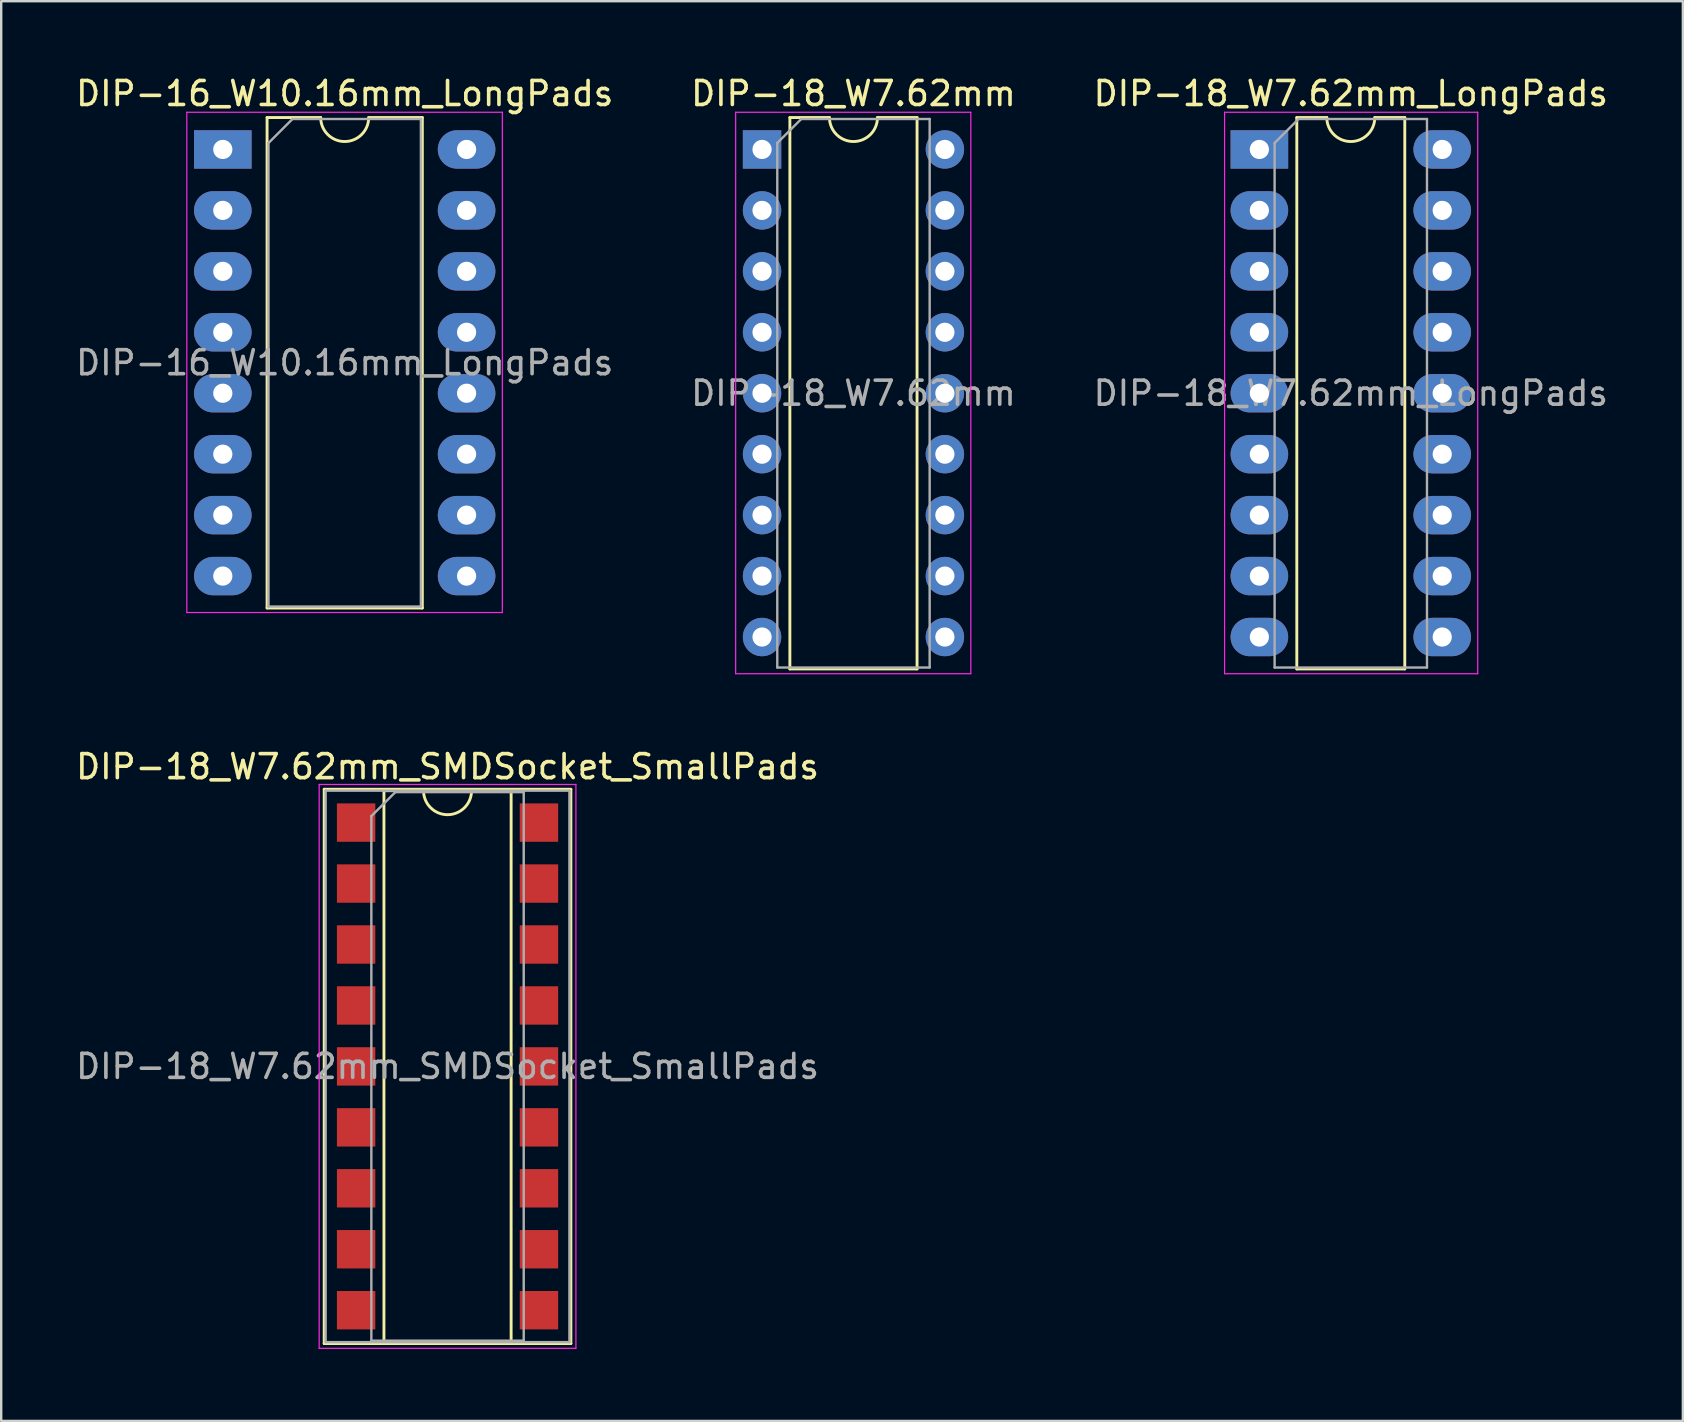
<source format=kicad_pcb>
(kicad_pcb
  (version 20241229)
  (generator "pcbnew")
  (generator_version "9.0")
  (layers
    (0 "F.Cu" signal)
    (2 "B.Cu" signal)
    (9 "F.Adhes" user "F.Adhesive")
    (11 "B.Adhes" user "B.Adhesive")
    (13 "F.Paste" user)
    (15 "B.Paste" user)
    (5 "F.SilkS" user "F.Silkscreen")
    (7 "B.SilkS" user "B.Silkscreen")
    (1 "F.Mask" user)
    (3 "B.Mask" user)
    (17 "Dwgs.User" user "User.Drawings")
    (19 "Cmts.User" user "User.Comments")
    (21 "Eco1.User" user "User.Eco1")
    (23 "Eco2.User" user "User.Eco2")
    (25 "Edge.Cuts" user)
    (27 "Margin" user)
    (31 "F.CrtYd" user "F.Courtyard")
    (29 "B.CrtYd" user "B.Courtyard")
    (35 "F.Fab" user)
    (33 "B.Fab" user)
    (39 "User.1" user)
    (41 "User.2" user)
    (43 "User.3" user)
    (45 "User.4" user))
  (footprint "DIP-18_W7.62mm"
    (layer "F.Cu")
    (at 28.708 3.178)
    (property "Reference" "DIP-18_W7.62mm" (at 3.81 -2.33 0) (layer "F.SilkS") (effects (font (size 1 1) (thickness 0.15))))
    (attr through_hole)
    (fp_line (start 1.16 -1.33) (end 1.16 21.65) (stroke (width 0.12) (type solid)) (layer "F.SilkS"))
    (fp_line (start 1.16 21.65) (end 6.46 21.65) (stroke (width 0.12) (type solid)) (layer "F.SilkS"))
    (fp_line (start 2.81 -1.33) (end 1.16 -1.33) (stroke (width 0.12) (type solid)) (layer "F.SilkS"))
    (fp_line (start 6.46 -1.33) (end 4.81 -1.33) (stroke (width 0.12) (type solid)) (layer "F.SilkS"))
    (fp_line (start 6.46 21.65) (end 6.46 -1.33) (stroke (width 0.12) (type solid)) (layer "F.SilkS"))
    (fp_arc (start 4.81 -1.33) (mid 3.81 -0.33) (end 2.81 -1.33) (stroke (width 0.12) (type solid)) (layer "F.SilkS"))
    (fp_line (start -1.1 -1.55) (end -1.1 21.85) (stroke (width 0.05) (type solid)) (layer "F.CrtYd"))
    (fp_line (start -1.1 21.85) (end 8.7 21.85) (stroke (width 0.05) (type solid)) (layer "F.CrtYd"))
    (fp_line (start 8.7 -1.55) (end -1.1 -1.55) (stroke (width 0.05) (type solid)) (layer "F.CrtYd"))
    (fp_line (start 8.7 21.85) (end 8.7 -1.55) (stroke (width 0.05) (type solid)) (layer "F.CrtYd"))
    (fp_line (start 0.635 -0.27) (end 1.635 -1.27) (stroke (width 0.1) (type solid)) (layer "F.Fab"))
    (fp_line (start 0.635 21.59) (end 0.635 -0.27) (stroke (width 0.1) (type solid)) (layer "F.Fab"))
    (fp_line (start 1.635 -1.27) (end 6.985 -1.27) (stroke (width 0.1) (type solid)) (layer "F.Fab"))
    (fp_line (start 6.985 -1.27) (end 6.985 21.59) (stroke (width 0.1) (type solid)) (layer "F.Fab"))
    (fp_line (start 6.985 21.59) (end 0.635 21.59) (stroke (width 0.1) (type solid)) (layer "F.Fab"))
    (fp_text user "${REFERENCE}" (at 3.81 10.16 0) (layer "F.Fab") (effects (font (size 1 1) (thickness 0.15))))
    (pad "1" thru_hole rect (at 0 0) (size 1.6 1.6) (drill 0.8) (layers "*.Cu" "*.Mask"))
    (pad "2" thru_hole oval (at 0 2.54) (size 1.6 1.6) (drill 0.8) (layers "*.Cu" "*.Mask"))
    (pad "3" thru_hole oval (at 0 5.08) (size 1.6 1.6) (drill 0.8) (layers "*.Cu" "*.Mask"))
    (pad "4" thru_hole oval (at 0 7.62) (size 1.6 1.6) (drill 0.8) (layers "*.Cu" "*.Mask"))
    (pad "5" thru_hole oval (at 0 10.16) (size 1.6 1.6) (drill 0.8) (layers "*.Cu" "*.Mask"))
    (pad "6" thru_hole oval (at 0 12.7) (size 1.6 1.6) (drill 0.8) (layers "*.Cu" "*.Mask"))
    (pad "7" thru_hole oval (at 0 15.24) (size 1.6 1.6) (drill 0.8) (layers "*.Cu" "*.Mask"))
    (pad "8" thru_hole oval (at 0 17.78) (size 1.6 1.6) (drill 0.8) (layers "*.Cu" "*.Mask"))
    (pad "9" thru_hole oval (at 0 20.32) (size 1.6 1.6) (drill 0.8) (layers "*.Cu" "*.Mask"))
    (pad "10" thru_hole oval (at 7.62 20.32) (size 1.6 1.6) (drill 0.8) (layers "*.Cu" "*.Mask"))
    (pad "11" thru_hole oval (at 7.62 17.78) (size 1.6 1.6) (drill 0.8) (layers "*.Cu" "*.Mask"))
    (pad "12" thru_hole oval (at 7.62 15.24) (size 1.6 1.6) (drill 0.8) (layers "*.Cu" "*.Mask"))
    (pad "13" thru_hole oval (at 7.62 12.7) (size 1.6 1.6) (drill 0.8) (layers "*.Cu" "*.Mask"))
    (pad "14" thru_hole oval (at 7.62 10.16) (size 1.6 1.6) (drill 0.8) (layers "*.Cu" "*.Mask"))
    (pad "15" thru_hole oval (at 7.62 7.62) (size 1.6 1.6) (drill 0.8) (layers "*.Cu" "*.Mask"))
    (pad "16" thru_hole oval (at 7.62 5.08) (size 1.6 1.6) (drill 0.8) (layers "*.Cu" "*.Mask"))
    (pad "17" thru_hole oval (at 7.62 2.54) (size 1.6 1.6) (drill 0.8) (layers "*.Cu" "*.Mask"))
    (pad "18" thru_hole oval (at 7.62 0) (size 1.6 1.6) (drill 0.8) (layers "*.Cu" "*.Mask")))
  (footprint "DIP-18_W7.62mm_LongPads"
    (layer "F.Cu")
    (at 49.434 3.178)
    (property "Reference" "DIP-18_W7.62mm_LongPads" (at 3.81 -2.33 0) (layer "F.SilkS") (effects (font (size 1 1) (thickness 0.15))))
    (attr through_hole)
    (fp_line (start 1.56 -1.33) (end 1.56 21.65) (stroke (width 0.12) (type solid)) (layer "F.SilkS"))
    (fp_line (start 1.56 21.65) (end 6.06 21.65) (stroke (width 0.12) (type solid)) (layer "F.SilkS"))
    (fp_line (start 2.81 -1.33) (end 1.56 -1.33) (stroke (width 0.12) (type solid)) (layer "F.SilkS"))
    (fp_line (start 6.06 -1.33) (end 4.81 -1.33) (stroke (width 0.12) (type solid)) (layer "F.SilkS"))
    (fp_line (start 6.06 21.65) (end 6.06 -1.33) (stroke (width 0.12) (type solid)) (layer "F.SilkS"))
    (fp_arc (start 4.81 -1.33) (mid 3.81 -0.33) (end 2.81 -1.33) (stroke (width 0.12) (type solid)) (layer "F.SilkS"))
    (fp_line (start -1.45 -1.55) (end -1.45 21.85) (stroke (width 0.05) (type solid)) (layer "F.CrtYd"))
    (fp_line (start -1.45 21.85) (end 9.1 21.85) (stroke (width 0.05) (type solid)) (layer "F.CrtYd"))
    (fp_line (start 9.1 -1.55) (end -1.45 -1.55) (stroke (width 0.05) (type solid)) (layer "F.CrtYd"))
    (fp_line (start 9.1 21.85) (end 9.1 -1.55) (stroke (width 0.05) (type solid)) (layer "F.CrtYd"))
    (fp_line (start 0.635 -0.27) (end 1.635 -1.27) (stroke (width 0.1) (type solid)) (layer "F.Fab"))
    (fp_line (start 0.635 21.59) (end 0.635 -0.27) (stroke (width 0.1) (type solid)) (layer "F.Fab"))
    (fp_line (start 1.635 -1.27) (end 6.985 -1.27) (stroke (width 0.1) (type solid)) (layer "F.Fab"))
    (fp_line (start 6.985 -1.27) (end 6.985 21.59) (stroke (width 0.1) (type solid)) (layer "F.Fab"))
    (fp_line (start 6.985 21.59) (end 0.635 21.59) (stroke (width 0.1) (type solid)) (layer "F.Fab"))
    (fp_text user "${REFERENCE}" (at 3.81 10.16 0) (layer "F.Fab") (effects (font (size 1 1) (thickness 0.15))))
    (pad "1" thru_hole rect (at 0 0) (size 2.4 1.6) (drill 0.8) (layers "*.Cu" "*.Mask"))
    (pad "2" thru_hole oval (at 0 2.54) (size 2.4 1.6) (drill 0.8) (layers "*.Cu" "*.Mask"))
    (pad "3" thru_hole oval (at 0 5.08) (size 2.4 1.6) (drill 0.8) (layers "*.Cu" "*.Mask"))
    (pad "4" thru_hole oval (at 0 7.62) (size 2.4 1.6) (drill 0.8) (layers "*.Cu" "*.Mask"))
    (pad "5" thru_hole oval (at 0 10.16) (size 2.4 1.6) (drill 0.8) (layers "*.Cu" "*.Mask"))
    (pad "6" thru_hole oval (at 0 12.7) (size 2.4 1.6) (drill 0.8) (layers "*.Cu" "*.Mask"))
    (pad "7" thru_hole oval (at 0 15.24) (size 2.4 1.6) (drill 0.8) (layers "*.Cu" "*.Mask"))
    (pad "8" thru_hole oval (at 0 17.78) (size 2.4 1.6) (drill 0.8) (layers "*.Cu" "*.Mask"))
    (pad "9" thru_hole oval (at 0 20.32) (size 2.4 1.6) (drill 0.8) (layers "*.Cu" "*.Mask"))
    (pad "10" thru_hole oval (at 7.62 20.32) (size 2.4 1.6) (drill 0.8) (layers "*.Cu" "*.Mask"))
    (pad "11" thru_hole oval (at 7.62 17.78) (size 2.4 1.6) (drill 0.8) (layers "*.Cu" "*.Mask"))
    (pad "12" thru_hole oval (at 7.62 15.24) (size 2.4 1.6) (drill 0.8) (layers "*.Cu" "*.Mask"))
    (pad "13" thru_hole oval (at 7.62 12.7) (size 2.4 1.6) (drill 0.8) (layers "*.Cu" "*.Mask"))
    (pad "14" thru_hole oval (at 7.62 10.16) (size 2.4 1.6) (drill 0.8) (layers "*.Cu" "*.Mask"))
    (pad "15" thru_hole oval (at 7.62 7.62) (size 2.4 1.6) (drill 0.8) (layers "*.Cu" "*.Mask"))
    (pad "16" thru_hole oval (at 7.62 5.08) (size 2.4 1.6) (drill 0.8) (layers "*.Cu" "*.Mask"))
    (pad "17" thru_hole oval (at 7.62 2.54) (size 2.4 1.6) (drill 0.8) (layers "*.Cu" "*.Mask"))
    (pad "18" thru_hole oval (at 7.62 0) (size 2.4 1.6) (drill 0.8) (layers "*.Cu" "*.Mask")))
  (footprint "DIP-18_W7.62mm_SMDSocket_SmallPads"
    (layer "F.Cu")
    (at 15.601 41.392)
    (property "Reference" "DIP-18_W7.62mm_SMDSocket_SmallPads" (at 0 -12.49 0) (layer "F.SilkS") (effects (font (size 1 1) (thickness 0.15))))
    (attr smd)
    (fp_line (start -5.14 -11.55) (end -5.14 11.55) (stroke (width 0.12) (type solid)) (layer "F.SilkS"))
    (fp_line (start -5.14 11.55) (end 5.14 11.55) (stroke (width 0.12) (type solid)) (layer "F.SilkS"))
    (fp_line (start -2.65 -11.49) (end -2.65 11.49) (stroke (width 0.12) (type solid)) (layer "F.SilkS"))
    (fp_line (start -2.65 11.49) (end 2.65 11.49) (stroke (width 0.12) (type solid)) (layer "F.SilkS"))
    (fp_line (start -1 -11.49) (end -2.65 -11.49) (stroke (width 0.12) (type solid)) (layer "F.SilkS"))
    (fp_line (start 2.65 -11.49) (end 1 -11.49) (stroke (width 0.12) (type solid)) (layer "F.SilkS"))
    (fp_line (start 2.65 11.49) (end 2.65 -11.49) (stroke (width 0.12) (type solid)) (layer "F.SilkS"))
    (fp_line (start 5.14 -11.55) (end -5.14 -11.55) (stroke (width 0.12) (type solid)) (layer "F.SilkS"))
    (fp_line (start 5.14 11.55) (end 5.14 -11.55) (stroke (width 0.12) (type solid)) (layer "F.SilkS"))
    (fp_arc (start 1 -11.49) (mid 0 -10.49) (end -1 -11.49) (stroke (width 0.12) (type solid)) (layer "F.SilkS"))
    (fp_line (start -5.35 -11.75) (end -5.35 11.75) (stroke (width 0.05) (type solid)) (layer "F.CrtYd"))
    (fp_line (start -5.35 11.75) (end 5.35 11.75) (stroke (width 0.05) (type solid)) (layer "F.CrtYd"))
    (fp_line (start 5.35 -11.75) (end -5.35 -11.75) (stroke (width 0.05) (type solid)) (layer "F.CrtYd"))
    (fp_line (start 5.35 11.75) (end 5.35 -11.75) (stroke (width 0.05) (type solid)) (layer "F.CrtYd"))
    (fp_line (start -5.08 -11.49) (end -5.08 11.49) (stroke (width 0.1) (type solid)) (layer "F.Fab"))
    (fp_line (start -5.08 11.49) (end 5.08 11.49) (stroke (width 0.1) (type solid)) (layer "F.Fab"))
    (fp_line (start -3.175 -10.43) (end -2.175 -11.43) (stroke (width 0.1) (type solid)) (layer "F.Fab"))
    (fp_line (start -3.175 11.43) (end -3.175 -10.43) (stroke (width 0.1) (type solid)) (layer "F.Fab"))
    (fp_line (start -2.175 -11.43) (end 3.175 -11.43) (stroke (width 0.1) (type solid)) (layer "F.Fab"))
    (fp_line (start 3.175 -11.43) (end 3.175 11.43) (stroke (width 0.1) (type solid)) (layer "F.Fab"))
    (fp_line (start 3.175 11.43) (end -3.175 11.43) (stroke (width 0.1) (type solid)) (layer "F.Fab"))
    (fp_line (start 5.08 -11.49) (end -5.08 -11.49) (stroke (width 0.1) (type solid)) (layer "F.Fab"))
    (fp_line (start 5.08 11.49) (end 5.08 -11.49) (stroke (width 0.1) (type solid)) (layer "F.Fab"))
    (fp_text user "${REFERENCE}" (at 0 0 0) (layer "F.Fab") (effects (font (size 1 1) (thickness 0.15))))
    (pad "1" smd rect (at -3.81 -10.16) (size 1.6 1.6) (layers "F.Cu" "F.Mask" "F.Paste"))
    (pad "2" smd rect (at -3.81 -7.62) (size 1.6 1.6) (layers "F.Cu" "F.Mask" "F.Paste"))
    (pad "3" smd rect (at -3.81 -5.08) (size 1.6 1.6) (layers "F.Cu" "F.Mask" "F.Paste"))
    (pad "4" smd rect (at -3.81 -2.54) (size 1.6 1.6) (layers "F.Cu" "F.Mask" "F.Paste"))
    (pad "5" smd rect (at -3.81 0) (size 1.6 1.6) (layers "F.Cu" "F.Mask" "F.Paste"))
    (pad "6" smd rect (at -3.81 2.54) (size 1.6 1.6) (layers "F.Cu" "F.Mask" "F.Paste"))
    (pad "7" smd rect (at -3.81 5.08) (size 1.6 1.6) (layers "F.Cu" "F.Mask" "F.Paste"))
    (pad "8" smd rect (at -3.81 7.62) (size 1.6 1.6) (layers "F.Cu" "F.Mask" "F.Paste"))
    (pad "9" smd rect (at -3.81 10.16) (size 1.6 1.6) (layers "F.Cu" "F.Mask" "F.Paste"))
    (pad "10" smd rect (at 3.81 10.16) (size 1.6 1.6) (layers "F.Cu" "F.Mask" "F.Paste"))
    (pad "11" smd rect (at 3.81 7.62) (size 1.6 1.6) (layers "F.Cu" "F.Mask" "F.Paste"))
    (pad "12" smd rect (at 3.81 5.08) (size 1.6 1.6) (layers "F.Cu" "F.Mask" "F.Paste"))
    (pad "13" smd rect (at 3.81 2.54) (size 1.6 1.6) (layers "F.Cu" "F.Mask" "F.Paste"))
    (pad "14" smd rect (at 3.81 0) (size 1.6 1.6) (layers "F.Cu" "F.Mask" "F.Paste"))
    (pad "15" smd rect (at 3.81 -2.54) (size 1.6 1.6) (layers "F.Cu" "F.Mask" "F.Paste"))
    (pad "16" smd rect (at 3.81 -5.08) (size 1.6 1.6) (layers "F.Cu" "F.Mask" "F.Paste"))
    (pad "17" smd rect (at 3.81 -7.62) (size 1.6 1.6) (layers "F.Cu" "F.Mask" "F.Paste"))
    (pad "18" smd rect (at 3.81 -10.16) (size 1.6 1.6) (layers "F.Cu" "F.Mask" "F.Paste")))
  (footprint "DIP-16_W10.16mm_LongPads"
    (layer "F.Cu")
    (at 6.235 3.178)
    (property "Reference" "DIP-16_W10.16mm_LongPads" (at 5.08 -2.33 0) (layer "F.SilkS") (effects (font (size 1 1) (thickness 0.15))))
    (attr through_hole)
    (fp_line (start 1.845 -1.33) (end 1.845 19.11) (stroke (width 0.12) (type solid)) (layer "F.SilkS"))
    (fp_line (start 1.845 19.11) (end 8.315 19.11) (stroke (width 0.12) (type solid)) (layer "F.SilkS"))
    (fp_line (start 4.08 -1.33) (end 1.845 -1.33) (stroke (width 0.12) (type solid)) (layer "F.SilkS"))
    (fp_line (start 8.315 -1.33) (end 6.08 -1.33) (stroke (width 0.12) (type solid)) (layer "F.SilkS"))
    (fp_line (start 8.315 19.11) (end 8.315 -1.33) (stroke (width 0.12) (type solid)) (layer "F.SilkS"))
    (fp_arc (start 6.08 -1.33) (mid 5.08 -0.33) (end 4.08 -1.33) (stroke (width 0.12) (type solid)) (layer "F.SilkS"))
    (fp_line (start -1.5 -1.55) (end -1.5 19.3) (stroke (width 0.05) (type solid)) (layer "F.CrtYd"))
    (fp_line (start -1.5 19.3) (end 11.65 19.3) (stroke (width 0.05) (type solid)) (layer "F.CrtYd"))
    (fp_line (start 11.65 -1.55) (end -1.5 -1.55) (stroke (width 0.05) (type solid)) (layer "F.CrtYd"))
    (fp_line (start 11.65 19.3) (end 11.65 -1.55) (stroke (width 0.05) (type solid)) (layer "F.CrtYd"))
    (fp_line (start 1.905 -0.27) (end 2.905 -1.27) (stroke (width 0.1) (type solid)) (layer "F.Fab"))
    (fp_line (start 1.905 19.05) (end 1.905 -0.27) (stroke (width 0.1) (type solid)) (layer "F.Fab"))
    (fp_line (start 2.905 -1.27) (end 8.255 -1.27) (stroke (width 0.1) (type solid)) (layer "F.Fab"))
    (fp_line (start 8.255 -1.27) (end 8.255 19.05) (stroke (width 0.1) (type solid)) (layer "F.Fab"))
    (fp_line (start 8.255 19.05) (end 1.905 19.05) (stroke (width 0.1) (type solid)) (layer "F.Fab"))
    (fp_text user "${REFERENCE}" (at 5.08 8.89 0) (layer "F.Fab") (effects (font (size 1 1) (thickness 0.15))))
    (pad "1" thru_hole rect (at 0 0) (size 2.4 1.6) (drill 0.8) (layers "*.Cu" "*.Mask"))
    (pad "2" thru_hole oval (at 0 2.54) (size 2.4 1.6) (drill 0.8) (layers "*.Cu" "*.Mask"))
    (pad "3" thru_hole oval (at 0 5.08) (size 2.4 1.6) (drill 0.8) (layers "*.Cu" "*.Mask"))
    (pad "4" thru_hole oval (at 0 7.62) (size 2.4 1.6) (drill 0.8) (layers "*.Cu" "*.Mask"))
    (pad "5" thru_hole oval (at 0 10.16) (size 2.4 1.6) (drill 0.8) (layers "*.Cu" "*.Mask"))
    (pad "6" thru_hole oval (at 0 12.7) (size 2.4 1.6) (drill 0.8) (layers "*.Cu" "*.Mask"))
    (pad "7" thru_hole oval (at 0 15.24) (size 2.4 1.6) (drill 0.8) (layers "*.Cu" "*.Mask"))
    (pad "8" thru_hole oval (at 0 17.78) (size 2.4 1.6) (drill 0.8) (layers "*.Cu" "*.Mask"))
    (pad "9" thru_hole oval (at 10.16 17.78) (size 2.4 1.6) (drill 0.8) (layers "*.Cu" "*.Mask"))
    (pad "10" thru_hole oval (at 10.16 15.24) (size 2.4 1.6) (drill 0.8) (layers "*.Cu" "*.Mask"))
    (pad "11" thru_hole oval (at 10.16 12.7) (size 2.4 1.6) (drill 0.8) (layers "*.Cu" "*.Mask"))
    (pad "12" thru_hole oval (at 10.16 10.16) (size 2.4 1.6) (drill 0.8) (layers "*.Cu" "*.Mask"))
    (pad "13" thru_hole oval (at 10.16 7.62) (size 2.4 1.6) (drill 0.8) (layers "*.Cu" "*.Mask"))
    (pad "14" thru_hole oval (at 10.16 5.08) (size 2.4 1.6) (drill 0.8) (layers "*.Cu" "*.Mask"))
    (pad "15" thru_hole oval (at 10.16 2.54) (size 2.4 1.6) (drill 0.8) (layers "*.Cu" "*.Mask"))
    (pad "16" thru_hole oval (at 10.16 0) (size 2.4 1.6) (drill 0.8) (layers "*.Cu" "*.Mask")))
  (gr_rect
    (start -3 -3)
    (end 67.083 56.166)
    (stroke (width 0.1) (type default))
    (fill no)
    (layer "Edge.Cuts")))
</source>
